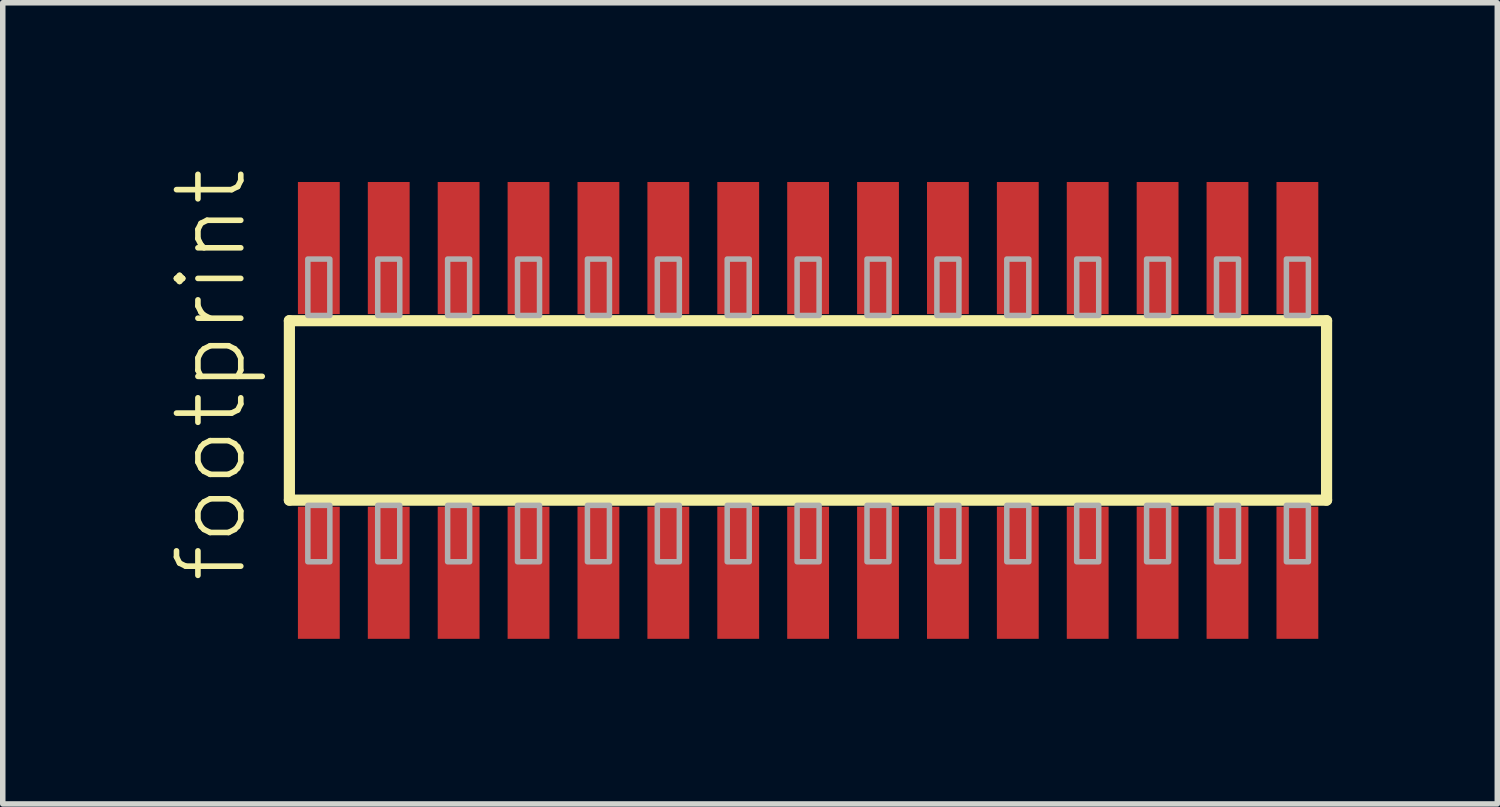
<source format=kicad_pcb>
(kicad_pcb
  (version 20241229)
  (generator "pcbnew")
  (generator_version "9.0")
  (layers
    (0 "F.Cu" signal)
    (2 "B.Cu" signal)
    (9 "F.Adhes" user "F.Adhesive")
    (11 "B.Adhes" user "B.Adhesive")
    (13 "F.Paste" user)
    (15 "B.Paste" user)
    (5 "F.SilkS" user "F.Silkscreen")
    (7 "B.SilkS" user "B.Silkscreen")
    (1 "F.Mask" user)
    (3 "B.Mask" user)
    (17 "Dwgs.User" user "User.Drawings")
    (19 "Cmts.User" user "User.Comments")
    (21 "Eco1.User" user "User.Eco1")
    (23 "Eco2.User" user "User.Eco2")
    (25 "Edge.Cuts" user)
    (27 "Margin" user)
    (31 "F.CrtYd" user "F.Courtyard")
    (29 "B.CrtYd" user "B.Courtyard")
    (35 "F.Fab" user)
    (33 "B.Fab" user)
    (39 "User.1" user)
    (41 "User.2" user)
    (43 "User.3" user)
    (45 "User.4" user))
  (footprint "footprint"
    (layer "F.Cu")
    (at 11.633 4.407)
    (property "Reference" "footprint" (at -10.16 3.175 90) (layer "F.SilkS") (effects (font (size 1.168 1.168) (thickness 0.102)) (justify left bottom)))
    (fp_line (start -9.425 -1.63) (end 9.42 -1.63) (stroke (width 0.203) (type solid)) (layer "F.SilkS"))
    (fp_line (start -9.425 1.63) (end -9.425 -1.63) (stroke (width 0.203) (type solid)) (layer "F.SilkS"))
    (fp_line (start 9.42 -1.63) (end 9.42 1.63) (stroke (width 0.203) (type solid)) (layer "F.SilkS"))
    (fp_line (start 9.42 1.63) (end -9.425 1.63) (stroke (width 0.203) (type solid)) (layer "F.SilkS"))
    (fp_poly (pts (xy -9.09 -1.725) (xy -8.69 -1.725) (xy -8.69 -2.75) (xy -9.09 -2.75)) (stroke (width 0.1) (type solid)) (fill no) (layer "F.Fab"))
    (fp_poly (pts (xy -8.69 1.725) (xy -9.09 1.725) (xy -9.09 2.75) (xy -8.69 2.75)) (stroke (width 0.1) (type solid)) (fill no) (layer "F.Fab"))
    (fp_poly (pts (xy -7.82 -1.725) (xy -7.42 -1.725) (xy -7.42 -2.75) (xy -7.82 -2.75)) (stroke (width 0.1) (type solid)) (fill no) (layer "F.Fab"))
    (fp_poly (pts (xy -7.42 1.725) (xy -7.82 1.725) (xy -7.82 2.75) (xy -7.42 2.75)) (stroke (width 0.1) (type solid)) (fill no) (layer "F.Fab"))
    (fp_poly (pts (xy -6.55 -1.725) (xy -6.15 -1.725) (xy -6.15 -2.75) (xy -6.55 -2.75)) (stroke (width 0.1) (type solid)) (fill no) (layer "F.Fab"))
    (fp_poly (pts (xy -6.15 1.725) (xy -6.55 1.725) (xy -6.55 2.75) (xy -6.15 2.75)) (stroke (width 0.1) (type solid)) (fill no) (layer "F.Fab"))
    (fp_poly (pts (xy -5.28 -1.725) (xy -4.88 -1.725) (xy -4.88 -2.75) (xy -5.28 -2.75)) (stroke (width 0.1) (type solid)) (fill no) (layer "F.Fab"))
    (fp_poly (pts (xy -4.88 1.725) (xy -5.28 1.725) (xy -5.28 2.75) (xy -4.88 2.75)) (stroke (width 0.1) (type solid)) (fill no) (layer "F.Fab"))
    (fp_poly (pts (xy -4.01 -1.725) (xy -3.61 -1.725) (xy -3.61 -2.75) (xy -4.01 -2.75)) (stroke (width 0.1) (type solid)) (fill no) (layer "F.Fab"))
    (fp_poly (pts (xy -3.61 1.725) (xy -4.01 1.725) (xy -4.01 2.75) (xy -3.61 2.75)) (stroke (width 0.1) (type solid)) (fill no) (layer "F.Fab"))
    (fp_poly (pts (xy -2.74 -1.725) (xy -2.34 -1.725) (xy -2.34 -2.75) (xy -2.74 -2.75)) (stroke (width 0.1) (type solid)) (fill no) (layer "F.Fab"))
    (fp_poly (pts (xy -2.34 1.725) (xy -2.74 1.725) (xy -2.74 2.75) (xy -2.34 2.75)) (stroke (width 0.1) (type solid)) (fill no) (layer "F.Fab"))
    (fp_poly (pts (xy -1.47 -1.725) (xy -1.07 -1.725) (xy -1.07 -2.75) (xy -1.47 -2.75)) (stroke (width 0.1) (type solid)) (fill no) (layer "F.Fab"))
    (fp_poly (pts (xy -1.07 1.725) (xy -1.47 1.725) (xy -1.47 2.75) (xy -1.07 2.75)) (stroke (width 0.1) (type solid)) (fill no) (layer "F.Fab"))
    (fp_poly (pts (xy -0.2 -1.725) (xy 0.2 -1.725) (xy 0.2 -2.75) (xy -0.2 -2.75)) (stroke (width 0.1) (type solid)) (fill no) (layer "F.Fab"))
    (fp_poly (pts (xy 0.2 1.725) (xy -0.2 1.725) (xy -0.2 2.75) (xy 0.2 2.75)) (stroke (width 0.1) (type solid)) (fill no) (layer "F.Fab"))
    (fp_poly (pts (xy 1.07 -1.725) (xy 1.47 -1.725) (xy 1.47 -2.75) (xy 1.07 -2.75)) (stroke (width 0.1) (type solid)) (fill no) (layer "F.Fab"))
    (fp_poly (pts (xy 1.47 1.725) (xy 1.07 1.725) (xy 1.07 2.75) (xy 1.47 2.75)) (stroke (width 0.1) (type solid)) (fill no) (layer "F.Fab"))
    (fp_poly (pts (xy 2.34 -1.725) (xy 2.74 -1.725) (xy 2.74 -2.75) (xy 2.34 -2.75)) (stroke (width 0.1) (type solid)) (fill no) (layer "F.Fab"))
    (fp_poly (pts (xy 2.74 1.725) (xy 2.34 1.725) (xy 2.34 2.75) (xy 2.74 2.75)) (stroke (width 0.1) (type solid)) (fill no) (layer "F.Fab"))
    (fp_poly (pts (xy 3.61 -1.725) (xy 4.01 -1.725) (xy 4.01 -2.75) (xy 3.61 -2.75)) (stroke (width 0.1) (type solid)) (fill no) (layer "F.Fab"))
    (fp_poly (pts (xy 4.01 1.725) (xy 3.61 1.725) (xy 3.61 2.75) (xy 4.01 2.75)) (stroke (width 0.1) (type solid)) (fill no) (layer "F.Fab"))
    (fp_poly (pts (xy 4.88 -1.725) (xy 5.28 -1.725) (xy 5.28 -2.75) (xy 4.88 -2.75)) (stroke (width 0.1) (type solid)) (fill no) (layer "F.Fab"))
    (fp_poly (pts (xy 5.28 1.725) (xy 4.88 1.725) (xy 4.88 2.75) (xy 5.28 2.75)) (stroke (width 0.1) (type solid)) (fill no) (layer "F.Fab"))
    (fp_poly (pts (xy 6.15 -1.725) (xy 6.55 -1.725) (xy 6.55 -2.75) (xy 6.15 -2.75)) (stroke (width 0.1) (type solid)) (fill no) (layer "F.Fab"))
    (fp_poly (pts (xy 6.55 1.725) (xy 6.15 1.725) (xy 6.15 2.75) (xy 6.55 2.75)) (stroke (width 0.1) (type solid)) (fill no) (layer "F.Fab"))
    (fp_poly (pts (xy 7.42 -1.725) (xy 7.82 -1.725) (xy 7.82 -2.75) (xy 7.42 -2.75)) (stroke (width 0.1) (type solid)) (fill no) (layer "F.Fab"))
    (fp_poly (pts (xy 7.82 1.725) (xy 7.42 1.725) (xy 7.42 2.75) (xy 7.82 2.75)) (stroke (width 0.1) (type solid)) (fill no) (layer "F.Fab"))
    (fp_poly (pts (xy 8.69 -1.725) (xy 9.09 -1.725) (xy 9.09 -2.75) (xy 8.69 -2.75)) (stroke (width 0.1) (type solid)) (fill no) (layer "F.Fab"))
    (fp_poly (pts (xy 9.09 1.725) (xy 8.69 1.725) (xy 8.69 2.75) (xy 9.09 2.75)) (stroke (width 0.1) (type solid)) (fill no) (layer "F.Fab"))
    (pad "1" smd rect (at -8.89 2.95) (size 0.76 2.4) (layers "F.Cu" "F.Mask" "F.Paste"))
    (pad "2" smd rect (at -8.89 -2.95) (size 0.76 2.4) (layers "F.Cu" "F.Mask" "F.Paste"))
    (pad "3" smd rect (at -7.62 2.95) (size 0.76 2.4) (layers "F.Cu" "F.Mask" "F.Paste"))
    (pad "4" smd rect (at -7.62 -2.95) (size 0.76 2.4) (layers "F.Cu" "F.Mask" "F.Paste"))
    (pad "5" smd rect (at -6.35 2.95) (size 0.76 2.4) (layers "F.Cu" "F.Mask" "F.Paste"))
    (pad "6" smd rect (at -6.35 -2.95) (size 0.76 2.4) (layers "F.Cu" "F.Mask" "F.Paste"))
    (pad "7" smd rect (at -5.08 2.95) (size 0.76 2.4) (layers "F.Cu" "F.Mask" "F.Paste"))
    (pad "8" smd rect (at -5.08 -2.95) (size 0.76 2.4) (layers "F.Cu" "F.Mask" "F.Paste"))
    (pad "9" smd rect (at -3.81 2.95) (size 0.76 2.4) (layers "F.Cu" "F.Mask" "F.Paste"))
    (pad "10" smd rect (at -3.81 -2.95) (size 0.76 2.4) (layers "F.Cu" "F.Mask" "F.Paste"))
    (pad "11" smd rect (at -2.54 2.95) (size 0.76 2.4) (layers "F.Cu" "F.Mask" "F.Paste"))
    (pad "12" smd rect (at -2.54 -2.95) (size 0.76 2.4) (layers "F.Cu" "F.Mask" "F.Paste"))
    (pad "13" smd rect (at -1.27 2.95) (size 0.76 2.4) (layers "F.Cu" "F.Mask" "F.Paste"))
    (pad "14" smd rect (at -1.27 -2.95) (size 0.76 2.4) (layers "F.Cu" "F.Mask" "F.Paste"))
    (pad "15" smd rect (at 0 2.95) (size 0.76 2.4) (layers "F.Cu" "F.Mask" "F.Paste"))
    (pad "16" smd rect (at 0 -2.95) (size 0.76 2.4) (layers "F.Cu" "F.Mask" "F.Paste"))
    (pad "17" smd rect (at 1.27 2.95) (size 0.76 2.4) (layers "F.Cu" "F.Mask" "F.Paste"))
    (pad "18" smd rect (at 1.27 -2.95) (size 0.76 2.4) (layers "F.Cu" "F.Mask" "F.Paste"))
    (pad "19" smd rect (at 2.54 2.95) (size 0.76 2.4) (layers "F.Cu" "F.Mask" "F.Paste"))
    (pad "20" smd rect (at 2.54 -2.95) (size 0.76 2.4) (layers "F.Cu" "F.Mask" "F.Paste"))
    (pad "21" smd rect (at 3.81 2.95) (size 0.76 2.4) (layers "F.Cu" "F.Mask" "F.Paste"))
    (pad "22" smd rect (at 3.81 -2.95) (size 0.76 2.4) (layers "F.Cu" "F.Mask" "F.Paste"))
    (pad "23" smd rect (at 5.08 2.95) (size 0.76 2.4) (layers "F.Cu" "F.Mask" "F.Paste"))
    (pad "24" smd rect (at 5.08 -2.95) (size 0.76 2.4) (layers "F.Cu" "F.Mask" "F.Paste"))
    (pad "25" smd rect (at 6.35 2.95) (size 0.76 2.4) (layers "F.Cu" "F.Mask" "F.Paste"))
    (pad "26" smd rect (at 6.35 -2.95) (size 0.76 2.4) (layers "F.Cu" "F.Mask" "F.Paste"))
    (pad "27" smd rect (at 7.62 2.95) (size 0.76 2.4) (layers "F.Cu" "F.Mask" "F.Paste"))
    (pad "28" smd rect (at 7.62 -2.95) (size 0.76 2.4) (layers "F.Cu" "F.Mask" "F.Paste"))
    (pad "29" smd rect (at 8.89 2.95) (size 0.76 2.4) (layers "F.Cu" "F.Mask" "F.Paste"))
    (pad "30" smd rect (at 8.89 -2.95) (size 0.76 2.4) (layers "F.Cu" "F.Mask" "F.Paste")))
  (gr_rect
    (start -3 -3)
    (end 24.155 11.557)
    (stroke (width 0.1) (type default))
    (fill no)
    (layer "Edge.Cuts")))
</source>
